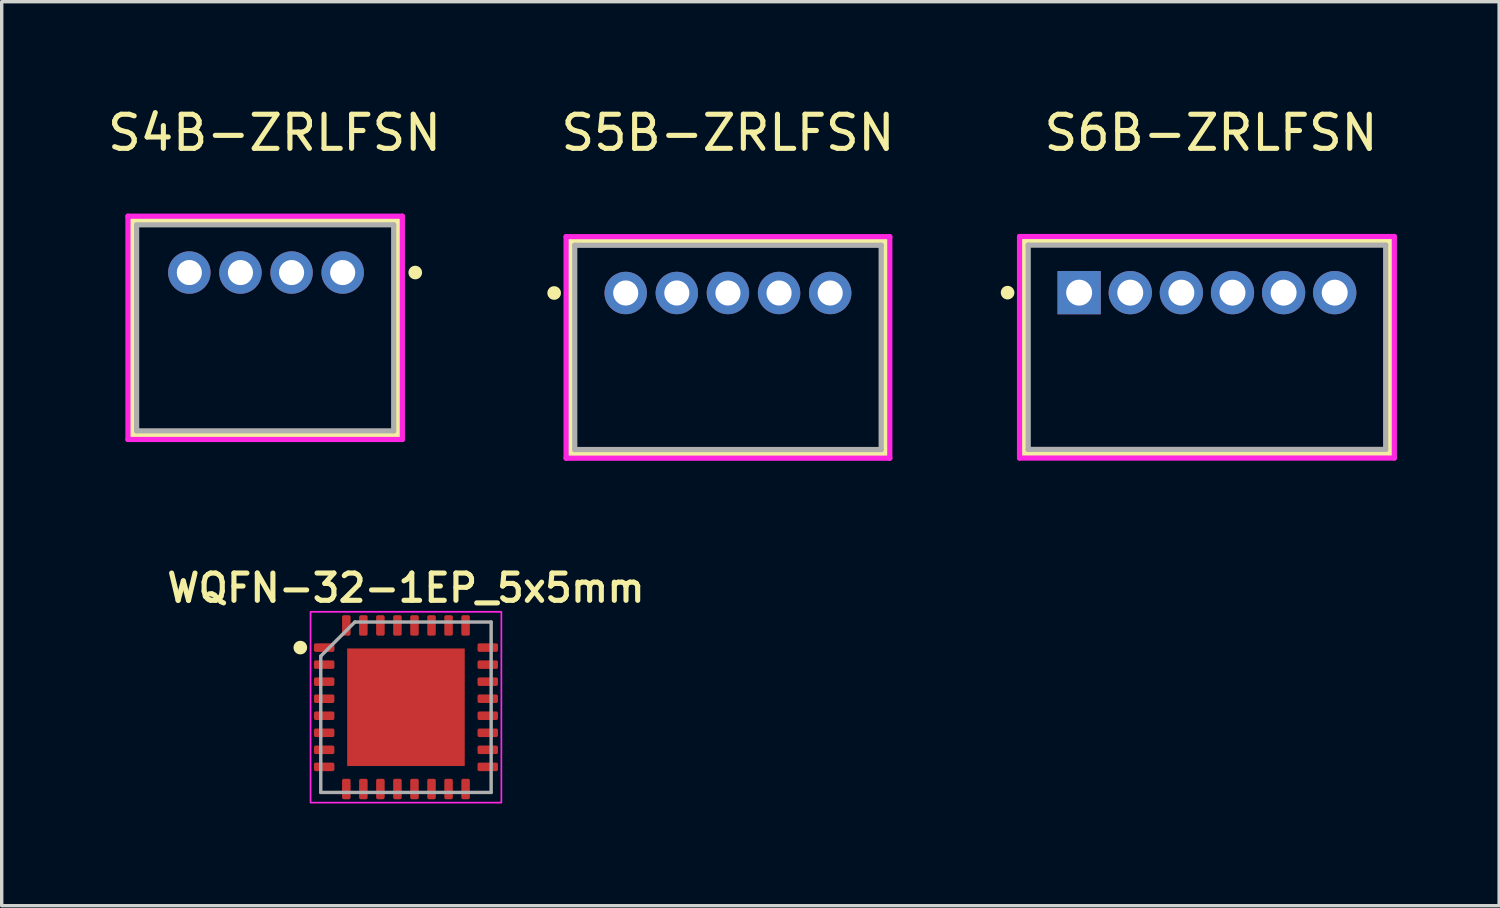
<source format=kicad_pcb>
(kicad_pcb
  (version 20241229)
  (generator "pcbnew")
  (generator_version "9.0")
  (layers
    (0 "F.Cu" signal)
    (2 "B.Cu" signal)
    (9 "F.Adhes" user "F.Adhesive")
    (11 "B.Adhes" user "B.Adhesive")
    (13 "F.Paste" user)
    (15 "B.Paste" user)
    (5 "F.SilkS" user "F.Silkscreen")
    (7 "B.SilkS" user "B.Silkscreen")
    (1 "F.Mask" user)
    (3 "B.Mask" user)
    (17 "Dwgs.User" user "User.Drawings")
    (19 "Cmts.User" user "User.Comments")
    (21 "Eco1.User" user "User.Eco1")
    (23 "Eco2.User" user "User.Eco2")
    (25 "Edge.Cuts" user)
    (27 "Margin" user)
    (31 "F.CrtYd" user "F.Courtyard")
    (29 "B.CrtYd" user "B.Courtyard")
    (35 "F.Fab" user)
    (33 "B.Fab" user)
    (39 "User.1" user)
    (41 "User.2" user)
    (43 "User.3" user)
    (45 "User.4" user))
  (footprint "S5B-ZRLFSN"
    (layer "F.Cu")
    (at 15.312 5.548)
    (property "Reference" "S5B-ZRLFSN" (at 3 -4.7 0) (layer "F.SilkS") (effects (font (size 1 1) (thickness 0.15))))
    (attr through_hole)
    (fp_line (start -1.623 -1.527) (end -1.623 4.721) (stroke (width 0.152) (type solid)) (layer "F.SilkS"))
    (fp_line (start -1.623 4.721) (end 7.623 4.721) (stroke (width 0.152) (type solid)) (layer "F.SilkS"))
    (fp_line (start 7.623 -1.527) (end -1.623 -1.527) (stroke (width 0.152) (type solid)) (layer "F.SilkS"))
    (fp_line (start 7.623 4.721) (end 7.623 -1.527) (stroke (width 0.152) (type solid)) (layer "F.SilkS"))
    (fp_circle (center -2.1 0) (end -1.9 0) (stroke (width 0) (type solid)) (fill yes) (layer "F.SilkS"))
    (fp_line (start -1.75 -1.654) (end -1.75 4.848) (stroke (width 0.152) (type solid)) (layer "F.CrtYd"))
    (fp_line (start -1.75 4.848) (end 7.75 4.848) (stroke (width 0.152) (type solid)) (layer "F.CrtYd"))
    (fp_line (start 7.75 -1.654) (end -1.75 -1.654) (stroke (width 0.152) (type solid)) (layer "F.CrtYd"))
    (fp_line (start 7.75 4.848) (end 7.75 -1.654) (stroke (width 0.152) (type solid)) (layer "F.CrtYd"))
    (fp_line (start -1.496 -1.4) (end -1.496 4.594) (stroke (width 0.152) (type solid)) (layer "F.Fab"))
    (fp_line (start -1.496 4.594) (end 7.496 4.594) (stroke (width 0.152) (type solid)) (layer "F.Fab"))
    (fp_line (start 7.496 -1.4) (end -1.496 -1.4) (stroke (width 0.152) (type solid)) (layer "F.Fab"))
    (fp_line (start 7.496 4.594) (end 7.496 -1.4) (stroke (width 0.152) (type solid)) (layer "F.Fab"))
    (pad "1" thru_hole circle (at 0 0) (size 1.245 1.245) (drill 0.737) (layers "*.Cu" "*.Mask"))
    (pad "2" thru_hole circle (at 1.5 0) (size 1.245 1.245) (drill 0.737) (layers "*.Cu" "*.Mask"))
    (pad "3" thru_hole circle (at 3 0) (size 1.245 1.245) (drill 0.737) (layers "*.Cu" "*.Mask"))
    (pad "4" thru_hole circle (at 4.5 0) (size 1.245 1.245) (drill 0.737) (layers "*.Cu" "*.Mask"))
    (pad "5" thru_hole circle (at 6 0) (size 1.245 1.245) (drill 0.737) (layers "*.Cu" "*.Mask")))
  (footprint "WQFN-32-1EP_5x5mm"
    (layer "F.Cu")
    (at 8.863 17.704)
    (property "Reference" "WQFN-32-1EP_5x5mm" (at 0 -3.5 0) (layer "F.SilkS") (effects (font (size 0.8 0.8) (thickness 0.15) (bold yes))))
    (attr smd)
    (fp_circle (center -3.1 -1.75) (end -2.9 -1.75) (stroke (width 0) (type solid)) (fill yes) (layer "F.SilkS"))
    (fp_rect (start -2.8 -2.8) (end 2.8 2.8) (stroke (width 0.05) (type default)) (fill no) (layer "F.CrtYd"))
    (fp_line (start -2.5 -1.5) (end -2.5 2.5) (stroke (width 0.1) (type solid)) (layer "F.Fab"))
    (fp_line (start -1.5 -2.5) (end -2.5 -1.5) (stroke (width 0.1) (type solid)) (layer "F.Fab"))
    (fp_line (start 2.5 -2.5) (end -1.5 -2.5) (stroke (width 0.1) (type solid)) (layer "F.Fab"))
    (fp_line (start 2.5 -2.5) (end 2.5 2.5) (stroke (width 0.1) (type solid)) (layer "F.Fab"))
    (fp_line (start 2.5 2.5) (end -2.5 2.5) (stroke (width 0.1) (type solid)) (layer "F.Fab"))
    (fp_text user "${REFERENCE}" (at 0 0 0) (layer "User.8") (effects (font (size 1 1) (thickness 0.15))))
    (pad "" smd roundrect (at -0.845 -0.845) (size 1.49 1.49) (layers "F.Paste") (roundrect_rratio 0.168))
    (pad "" smd roundrect (at -0.845 0.845) (size 1.49 1.49) (layers "F.Paste") (roundrect_rratio 0.168))
    (pad "" smd roundrect (at 0.845 -0.845) (size 1.49 1.49) (layers "F.Paste") (roundrect_rratio 0.168))
    (pad "" smd roundrect (at 0.845 0.845) (size 1.49 1.49) (layers "F.Paste") (roundrect_rratio 0.168))
    (pad "1" smd roundrect (at -2.4 -1.75 90) (size 0.25 0.6) (layers "F.Cu" "F.Mask" "F.Paste") (roundrect_rratio 0.2))
    (pad "2" smd roundrect (at -2.4 -1.25 90) (size 0.25 0.6) (layers "F.Cu" "F.Mask" "F.Paste") (roundrect_rratio 0.2))
    (pad "3" smd roundrect (at -2.4 -0.75 90) (size 0.25 0.6) (layers "F.Cu" "F.Mask" "F.Paste") (roundrect_rratio 0.2))
    (pad "4" smd roundrect (at -2.4 -0.25 90) (size 0.25 0.6) (layers "F.Cu" "F.Mask" "F.Paste") (roundrect_rratio 0.2))
    (pad "5" smd roundrect (at -2.4 0.25 90) (size 0.25 0.6) (layers "F.Cu" "F.Mask" "F.Paste") (roundrect_rratio 0.2))
    (pad "6" smd roundrect (at -2.4 0.75 90) (size 0.25 0.6) (layers "F.Cu" "F.Mask" "F.Paste") (roundrect_rratio 0.2))
    (pad "7" smd roundrect (at -2.4 1.25 90) (size 0.25 0.6) (layers "F.Cu" "F.Mask" "F.Paste") (roundrect_rratio 0.2))
    (pad "8" smd roundrect (at -2.4 1.75 90) (size 0.25 0.6) (layers "F.Cu" "F.Mask" "F.Paste") (roundrect_rratio 0.2))
    (pad "9" smd roundrect (at -1.75 2.4) (size 0.25 0.6) (layers "F.Cu" "F.Mask" "F.Paste") (roundrect_rratio 0.2))
    (pad "10" smd roundrect (at -1.25 2.4) (size 0.25 0.6) (layers "F.Cu" "F.Mask" "F.Paste") (roundrect_rratio 0.2))
    (pad "11" smd roundrect (at -0.75 2.4) (size 0.25 0.6) (layers "F.Cu" "F.Mask" "F.Paste") (roundrect_rratio 0.2))
    (pad "12" smd roundrect (at -0.25 2.4) (size 0.25 0.6) (layers "F.Cu" "F.Mask" "F.Paste") (roundrect_rratio 0.2))
    (pad "13" smd roundrect (at 0.25 2.4) (size 0.25 0.6) (layers "F.Cu" "F.Mask" "F.Paste") (roundrect_rratio 0.2))
    (pad "14" smd roundrect (at 0.75 2.4) (size 0.25 0.6) (layers "F.Cu" "F.Mask" "F.Paste") (roundrect_rratio 0.2))
    (pad "15" smd roundrect (at 1.25 2.4) (size 0.25 0.6) (layers "F.Cu" "F.Mask" "F.Paste") (roundrect_rratio 0.2))
    (pad "16" smd roundrect (at 1.75 2.4) (size 0.25 0.6) (layers "F.Cu" "F.Mask" "F.Paste") (roundrect_rratio 0.2))
    (pad "17" smd roundrect (at 2.4 1.75 90) (size 0.25 0.6) (layers "F.Cu" "F.Mask" "F.Paste") (roundrect_rratio 0.2))
    (pad "18" smd roundrect (at 2.4 1.25 90) (size 0.25 0.6) (layers "F.Cu" "F.Mask" "F.Paste") (roundrect_rratio 0.2))
    (pad "19" smd roundrect (at 2.4 0.75 90) (size 0.25 0.6) (layers "F.Cu" "F.Mask" "F.Paste") (roundrect_rratio 0.2))
    (pad "20" smd roundrect (at 2.4 0.25 90) (size 0.25 0.6) (layers "F.Cu" "F.Mask" "F.Paste") (roundrect_rratio 0.2))
    (pad "21" smd roundrect (at 2.4 -0.25 90) (size 0.25 0.6) (layers "F.Cu" "F.Mask" "F.Paste") (roundrect_rratio 0.2))
    (pad "22" smd roundrect (at 2.4 -0.75 90) (size 0.25 0.6) (layers "F.Cu" "F.Mask" "F.Paste") (roundrect_rratio 0.2))
    (pad "23" smd roundrect (at 2.4 -1.25 90) (size 0.25 0.6) (layers "F.Cu" "F.Mask" "F.Paste") (roundrect_rratio 0.2))
    (pad "24" smd roundrect (at 2.4 -1.75 90) (size 0.25 0.6) (layers "F.Cu" "F.Mask" "F.Paste") (roundrect_rratio 0.2))
    (pad "25" smd roundrect (at 1.75 -2.4) (size 0.25 0.6) (layers "F.Cu" "F.Mask" "F.Paste") (roundrect_rratio 0.2))
    (pad "26" smd roundrect (at 1.25 -2.4) (size 0.25 0.6) (layers "F.Cu" "F.Mask" "F.Paste") (roundrect_rratio 0.2))
    (pad "27" smd roundrect (at 0.75 -2.4) (size 0.25 0.6) (layers "F.Cu" "F.Mask" "F.Paste") (roundrect_rratio 0.2))
    (pad "28" smd roundrect (at 0.25 -2.4) (size 0.25 0.6) (layers "F.Cu" "F.Mask" "F.Paste") (roundrect_rratio 0.2))
    (pad "29" smd roundrect (at -0.25 -2.4) (size 0.25 0.6) (layers "F.Cu" "F.Mask" "F.Paste") (roundrect_rratio 0.2))
    (pad "30" smd roundrect (at -0.75 -2.4) (size 0.25 0.6) (layers "F.Cu" "F.Mask" "F.Paste") (roundrect_rratio 0.2))
    (pad "31" smd roundrect (at -1.25 -2.4) (size 0.25 0.6) (layers "F.Cu" "F.Mask" "F.Paste") (roundrect_rratio 0.2))
    (pad "32" smd roundrect (at -1.75 -2.4) (size 0.25 0.6) (layers "F.Cu" "F.Mask" "F.Paste") (roundrect_rratio 0.2))
    (pad "33" smd rect (at 0 0) (size 3.45 3.45) (layers "F.Cu" "F.Mask")))
  (footprint "S4B-ZRLFSN"
    (layer "F.Cu")
    (at 5.036 6.578)
    (property "Reference" "S4B-ZRLFSN" (at -0.03 -5.73 0) (layer "F.SilkS") (effects (font (size 1 1) (thickness 0.15))))
    (attr through_hole)
    (fp_line (start -4.204 -3.157) (end -4.204 3.142) (stroke (width 0.152) (type solid)) (layer "F.SilkS"))
    (fp_line (start -4.204 3.142) (end 3.594 3.142) (stroke (width 0.152) (type solid)) (layer "F.SilkS"))
    (fp_line (start 3.594 -3.157) (end -4.204 -3.157) (stroke (width 0.152) (type solid)) (layer "F.SilkS"))
    (fp_line (start 3.594 3.142) (end 3.594 -3.157) (stroke (width 0.152) (type solid)) (layer "F.SilkS"))
    (fp_circle (center 4.1 -1.63) (end 4.3 -1.63) (stroke (width 0) (type solid)) (fill yes) (layer "F.SilkS"))
    (fp_line (start -4.331 -3.284) (end -4.331 3.269) (stroke (width 0.152) (type solid)) (layer "F.CrtYd"))
    (fp_line (start -4.331 3.269) (end 3.721 3.269) (stroke (width 0.152) (type solid)) (layer "F.CrtYd"))
    (fp_line (start 3.721 -3.284) (end -4.331 -3.284) (stroke (width 0.152) (type solid)) (layer "F.CrtYd"))
    (fp_line (start 3.721 3.269) (end 3.721 -3.284) (stroke (width 0.152) (type solid)) (layer "F.CrtYd"))
    (fp_line (start -4.077 -3.03) (end -4.077 3.015) (stroke (width 0.152) (type solid)) (layer "F.Fab"))
    (fp_line (start -4.077 3.015) (end 3.467 3.015) (stroke (width 0.152) (type solid)) (layer "F.Fab"))
    (fp_line (start 3.467 -3.03) (end -4.077 -3.03) (stroke (width 0.152) (type solid)) (layer "F.Fab"))
    (fp_line (start 3.467 3.015) (end 3.467 -3.03) (stroke (width 0.152) (type solid)) (layer "F.Fab"))
    (pad "1" thru_hole circle (at 1.97 -1.63) (size 1.245 1.245) (drill 0.737) (layers "*.Cu" "*.Mask"))
    (pad "2" thru_hole circle (at 0.47 -1.63) (size 1.245 1.245) (drill 0.737) (layers "*.Cu" "*.Mask"))
    (pad "3" thru_hole circle (at -1.03 -1.63) (size 1.245 1.245) (drill 0.737) (layers "*.Cu" "*.Mask"))
    (pad "4" thru_hole circle (at -2.53 -1.63) (size 1.245 1.245) (drill 0.737) (layers "*.Cu" "*.Mask")))
  (footprint "S6B-ZRLFSN"
    (layer "F.Cu")
    (at 28.618 5.538)
    (property "Reference" "S6B-ZRLFSN" (at 3.87 -4.69 0) (layer "F.SilkS") (effects (font (size 1 1) (thickness 0.15))))
    (attr through_hole)
    (fp_line (start -1.622 -1.521) (end -1.622 4.727) (stroke (width 0.152) (type solid)) (layer "F.SilkS"))
    (fp_line (start -1.622 4.727) (end 9.122 4.727) (stroke (width 0.152) (type solid)) (layer "F.SilkS"))
    (fp_line (start 9.122 -1.521) (end -1.622 -1.521) (stroke (width 0.152) (type solid)) (layer "F.SilkS"))
    (fp_line (start 9.122 4.727) (end 9.122 -1.521) (stroke (width 0.152) (type solid)) (layer "F.SilkS"))
    (fp_circle (center -2.1 0) (end -1.9 0) (stroke (width 0) (type solid)) (fill yes) (layer "F.SilkS"))
    (fp_line (start -1.749 -1.648) (end -1.749 4.854) (stroke (width 0.152) (type solid)) (layer "F.CrtYd"))
    (fp_line (start -1.749 4.854) (end 9.249 4.854) (stroke (width 0.152) (type solid)) (layer "F.CrtYd"))
    (fp_line (start 9.249 -1.648) (end -1.749 -1.648) (stroke (width 0.152) (type solid)) (layer "F.CrtYd"))
    (fp_line (start 9.249 4.854) (end 9.249 -1.648) (stroke (width 0.152) (type solid)) (layer "F.CrtYd"))
    (fp_line (start -1.495 -1.394) (end -1.495 4.6) (stroke (width 0.152) (type solid)) (layer "F.Fab"))
    (fp_line (start -1.495 4.6) (end 8.995 4.6) (stroke (width 0.152) (type solid)) (layer "F.Fab"))
    (fp_line (start 8.995 -1.394) (end -1.495 -1.394) (stroke (width 0.152) (type solid)) (layer "F.Fab"))
    (fp_line (start 8.995 4.6) (end 8.995 -1.394) (stroke (width 0.152) (type solid)) (layer "F.Fab"))
    (pad "1" thru_hole rect (at 0 0) (size 1.27 1.27) (drill 0.762) (layers "*.Cu" "*.Mask"))
    (pad "2" thru_hole circle (at 1.5 0) (size 1.27 1.27) (drill 0.762) (layers "*.Cu" "*.Mask"))
    (pad "3" thru_hole circle (at 3 0) (size 1.27 1.27) (drill 0.762) (layers "*.Cu" "*.Mask"))
    (pad "4" thru_hole circle (at 4.5 0) (size 1.27 1.27) (drill 0.762) (layers "*.Cu" "*.Mask"))
    (pad "5" thru_hole circle (at 6 0) (size 1.27 1.27) (drill 0.762) (layers "*.Cu" "*.Mask"))
    (pad "6" thru_hole circle (at 7.5 0) (size 1.27 1.27) (drill 0.762) (layers "*.Cu" "*.Mask")))
  (gr_rect
    (start -3 -3)
    (end 40.943 23.529)
    (stroke (width 0.1) (type default))
    (fill no)
    (layer "Edge.Cuts")))
</source>
